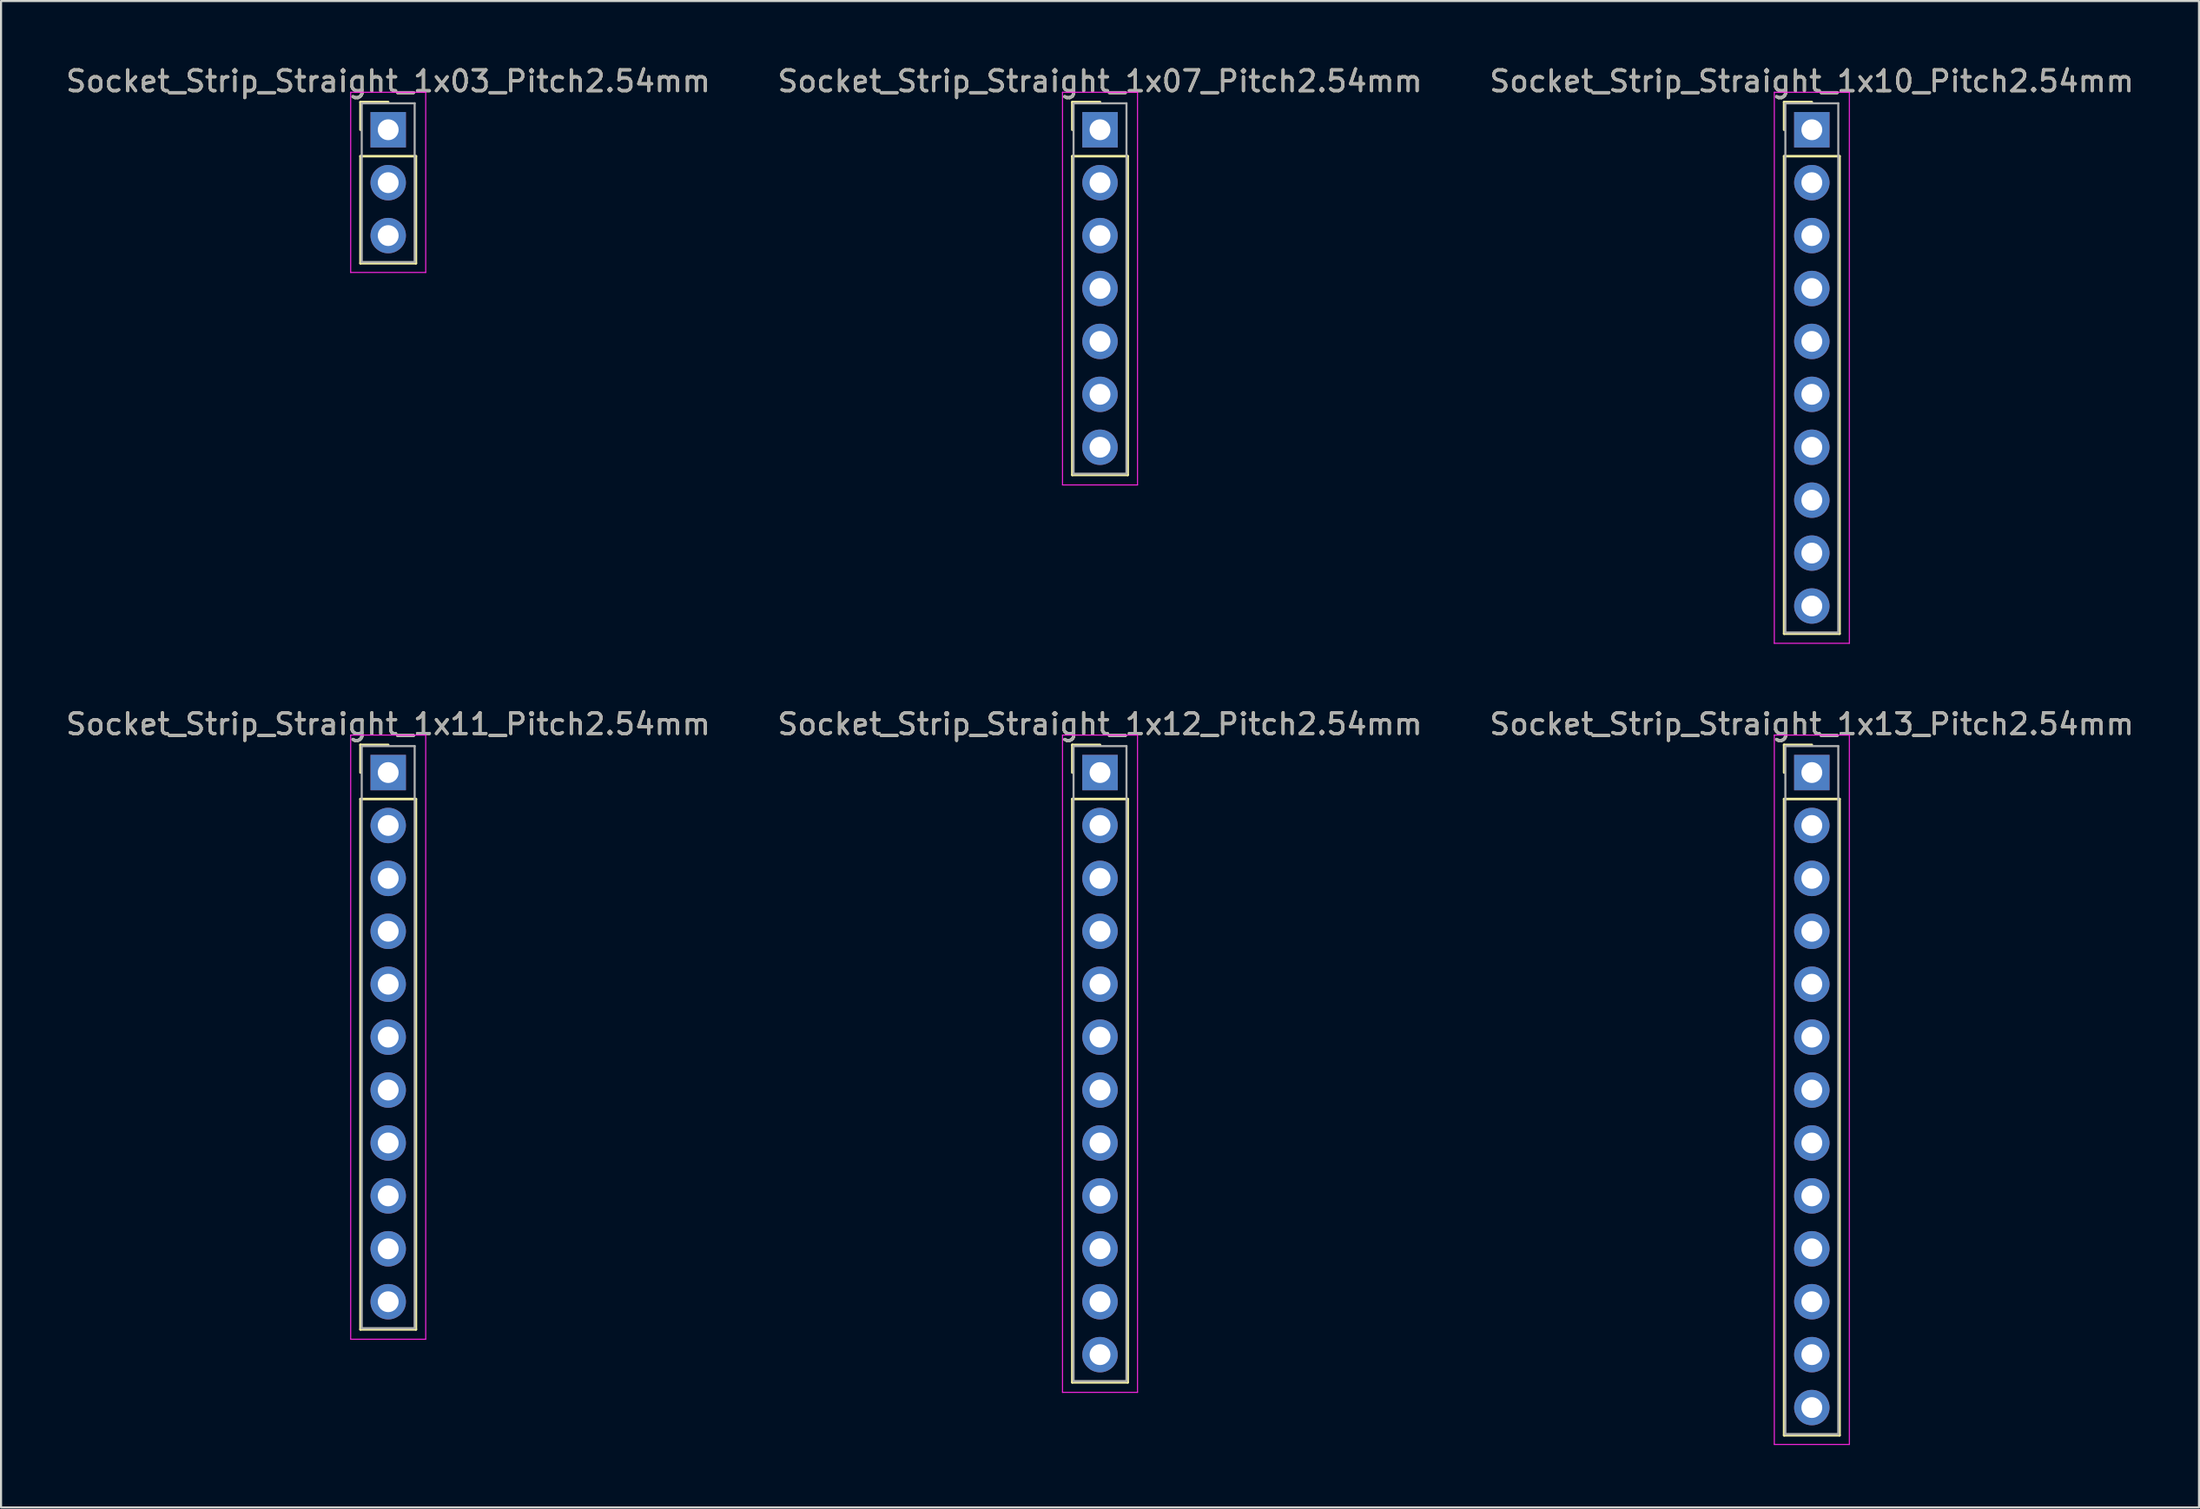
<source format=kicad_pcb>
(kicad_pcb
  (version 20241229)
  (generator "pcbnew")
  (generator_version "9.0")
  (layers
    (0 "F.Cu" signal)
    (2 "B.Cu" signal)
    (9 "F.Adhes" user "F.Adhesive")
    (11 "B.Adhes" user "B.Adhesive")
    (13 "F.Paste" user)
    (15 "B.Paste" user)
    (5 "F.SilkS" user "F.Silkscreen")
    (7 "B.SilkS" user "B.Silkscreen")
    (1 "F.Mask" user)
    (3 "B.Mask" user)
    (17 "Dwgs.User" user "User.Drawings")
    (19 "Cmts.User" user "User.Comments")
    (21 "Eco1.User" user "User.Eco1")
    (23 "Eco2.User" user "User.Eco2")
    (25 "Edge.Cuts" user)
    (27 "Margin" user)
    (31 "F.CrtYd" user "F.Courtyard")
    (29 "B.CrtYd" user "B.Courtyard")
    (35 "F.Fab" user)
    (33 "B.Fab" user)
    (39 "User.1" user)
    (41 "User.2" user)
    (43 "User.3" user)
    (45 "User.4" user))
  (footprint "Socket_Strip_Straight_1x13_Pitch2.54mm"
    (layer "F.Cu")
    (at 83.887 34.032)
    (property "Reference" "Socket_Strip_Straight_1x13_Pitch2.54mm" (at 0 -2.33 0) (layer "F.SilkS") (effects (font (size 1 1) (thickness 0.15))))
    (attr through_hole)
    (fp_line (start -1.33 -1.33) (end 0 -1.33) (stroke (width 0.12) (type solid)) (layer "F.SilkS"))
    (fp_line (start -1.33 0) (end -1.33 -1.33) (stroke (width 0.12) (type solid)) (layer "F.SilkS"))
    (fp_line (start -1.33 1.27) (end -1.33 31.81) (stroke (width 0.12) (type solid)) (layer "F.SilkS"))
    (fp_line (start -1.33 31.81) (end 1.33 31.81) (stroke (width 0.12) (type solid)) (layer "F.SilkS"))
    (fp_line (start 1.33 1.27) (end -1.33 1.27) (stroke (width 0.12) (type solid)) (layer "F.SilkS"))
    (fp_line (start 1.33 31.81) (end 1.33 1.27) (stroke (width 0.12) (type solid)) (layer "F.SilkS"))
    (fp_line (start -1.8 -1.8) (end -1.8 32.25) (stroke (width 0.05) (type solid)) (layer "F.CrtYd"))
    (fp_line (start -1.8 32.25) (end 1.8 32.25) (stroke (width 0.05) (type solid)) (layer "F.CrtYd"))
    (fp_line (start 1.8 -1.8) (end -1.8 -1.8) (stroke (width 0.05) (type solid)) (layer "F.CrtYd"))
    (fp_line (start 1.8 32.25) (end 1.8 -1.8) (stroke (width 0.05) (type solid)) (layer "F.CrtYd"))
    (fp_line (start -1.27 -1.27) (end -1.27 31.75) (stroke (width 0.1) (type solid)) (layer "F.Fab"))
    (fp_line (start -1.27 31.75) (end 1.27 31.75) (stroke (width 0.1) (type solid)) (layer "F.Fab"))
    (fp_line (start 1.27 -1.27) (end -1.27 -1.27) (stroke (width 0.1) (type solid)) (layer "F.Fab"))
    (fp_line (start 1.27 31.75) (end 1.27 -1.27) (stroke (width 0.1) (type solid)) (layer "F.Fab"))
    (fp_text user "${REFERENCE}" (at 0 -2.33 0) (layer "F.Fab") (effects (font (size 1 1) (thickness 0.15))))
    (pad "1" thru_hole rect (at 0 0) (size 1.7 1.7) (drill 1) (layers "*.Cu" "*.Mask"))
    (pad "2" thru_hole oval (at 0 2.54) (size 1.7 1.7) (drill 1) (layers "*.Cu" "*.Mask"))
    (pad "3" thru_hole oval (at 0 5.08) (size 1.7 1.7) (drill 1) (layers "*.Cu" "*.Mask"))
    (pad "4" thru_hole oval (at 0 7.62) (size 1.7 1.7) (drill 1) (layers "*.Cu" "*.Mask"))
    (pad "5" thru_hole oval (at 0 10.16) (size 1.7 1.7) (drill 1) (layers "*.Cu" "*.Mask"))
    (pad "6" thru_hole oval (at 0 12.7) (size 1.7 1.7) (drill 1) (layers "*.Cu" "*.Mask"))
    (pad "7" thru_hole oval (at 0 15.24) (size 1.7 1.7) (drill 1) (layers "*.Cu" "*.Mask"))
    (pad "8" thru_hole oval (at 0 17.78) (size 1.7 1.7) (drill 1) (layers "*.Cu" "*.Mask"))
    (pad "9" thru_hole oval (at 0 20.32) (size 1.7 1.7) (drill 1) (layers "*.Cu" "*.Mask"))
    (pad "10" thru_hole oval (at 0 22.86) (size 1.7 1.7) (drill 1) (layers "*.Cu" "*.Mask"))
    (pad "11" thru_hole oval (at 0 25.4) (size 1.7 1.7) (drill 1) (layers "*.Cu" "*.Mask"))
    (pad "12" thru_hole oval (at 0 27.94) (size 1.7 1.7) (drill 1) (layers "*.Cu" "*.Mask"))
    (pad "13" thru_hole oval (at 0 30.48) (size 1.7 1.7) (drill 1) (layers "*.Cu" "*.Mask")))
  (footprint "Socket_Strip_Straight_1x12_Pitch2.54mm"
    (layer "F.Cu")
    (at 49.732 34.032)
    (property "Reference" "Socket_Strip_Straight_1x12_Pitch2.54mm" (at 0 -2.33 0) (layer "F.SilkS") (effects (font (size 1 1) (thickness 0.15))))
    (attr through_hole)
    (fp_line (start -1.33 -1.33) (end 0 -1.33) (stroke (width 0.12) (type solid)) (layer "F.SilkS"))
    (fp_line (start -1.33 0) (end -1.33 -1.33) (stroke (width 0.12) (type solid)) (layer "F.SilkS"))
    (fp_line (start -1.33 1.27) (end -1.33 29.27) (stroke (width 0.12) (type solid)) (layer "F.SilkS"))
    (fp_line (start -1.33 29.27) (end 1.33 29.27) (stroke (width 0.12) (type solid)) (layer "F.SilkS"))
    (fp_line (start 1.33 1.27) (end -1.33 1.27) (stroke (width 0.12) (type solid)) (layer "F.SilkS"))
    (fp_line (start 1.33 29.27) (end 1.33 1.27) (stroke (width 0.12) (type solid)) (layer "F.SilkS"))
    (fp_line (start -1.8 -1.8) (end -1.8 29.75) (stroke (width 0.05) (type solid)) (layer "F.CrtYd"))
    (fp_line (start -1.8 29.75) (end 1.8 29.75) (stroke (width 0.05) (type solid)) (layer "F.CrtYd"))
    (fp_line (start 1.8 -1.8) (end -1.8 -1.8) (stroke (width 0.05) (type solid)) (layer "F.CrtYd"))
    (fp_line (start 1.8 29.75) (end 1.8 -1.8) (stroke (width 0.05) (type solid)) (layer "F.CrtYd"))
    (fp_line (start -1.27 -1.27) (end -1.27 29.21) (stroke (width 0.1) (type solid)) (layer "F.Fab"))
    (fp_line (start -1.27 29.21) (end 1.27 29.21) (stroke (width 0.1) (type solid)) (layer "F.Fab"))
    (fp_line (start 1.27 -1.27) (end -1.27 -1.27) (stroke (width 0.1) (type solid)) (layer "F.Fab"))
    (fp_line (start 1.27 29.21) (end 1.27 -1.27) (stroke (width 0.1) (type solid)) (layer "F.Fab"))
    (fp_text user "${REFERENCE}" (at 0 -2.33 0) (layer "F.Fab") (effects (font (size 1 1) (thickness 0.15))))
    (pad "1" thru_hole rect (at 0 0) (size 1.7 1.7) (drill 1) (layers "*.Cu" "*.Mask"))
    (pad "2" thru_hole oval (at 0 2.54) (size 1.7 1.7) (drill 1) (layers "*.Cu" "*.Mask"))
    (pad "3" thru_hole oval (at 0 5.08) (size 1.7 1.7) (drill 1) (layers "*.Cu" "*.Mask"))
    (pad "4" thru_hole oval (at 0 7.62) (size 1.7 1.7) (drill 1) (layers "*.Cu" "*.Mask"))
    (pad "5" thru_hole oval (at 0 10.16) (size 1.7 1.7) (drill 1) (layers "*.Cu" "*.Mask"))
    (pad "6" thru_hole oval (at 0 12.7) (size 1.7 1.7) (drill 1) (layers "*.Cu" "*.Mask"))
    (pad "7" thru_hole oval (at 0 15.24) (size 1.7 1.7) (drill 1) (layers "*.Cu" "*.Mask"))
    (pad "8" thru_hole oval (at 0 17.78) (size 1.7 1.7) (drill 1) (layers "*.Cu" "*.Mask"))
    (pad "9" thru_hole oval (at 0 20.32) (size 1.7 1.7) (drill 1) (layers "*.Cu" "*.Mask"))
    (pad "10" thru_hole oval (at 0 22.86) (size 1.7 1.7) (drill 1) (layers "*.Cu" "*.Mask"))
    (pad "11" thru_hole oval (at 0 25.4) (size 1.7 1.7) (drill 1) (layers "*.Cu" "*.Mask"))
    (pad "12" thru_hole oval (at 0 27.94) (size 1.7 1.7) (drill 1) (layers "*.Cu" "*.Mask")))
  (footprint "Socket_Strip_Straight_1x07_Pitch2.54mm"
    (layer "F.Cu")
    (at 49.732 3.178)
    (property "Reference" "Socket_Strip_Straight_1x07_Pitch2.54mm" (at 0 -2.33 0) (layer "F.SilkS") (effects (font (size 1 1) (thickness 0.15))))
    (attr through_hole)
    (fp_line (start -1.33 -1.33) (end 0 -1.33) (stroke (width 0.12) (type solid)) (layer "F.SilkS"))
    (fp_line (start -1.33 0) (end -1.33 -1.33) (stroke (width 0.12) (type solid)) (layer "F.SilkS"))
    (fp_line (start -1.33 1.27) (end -1.33 16.57) (stroke (width 0.12) (type solid)) (layer "F.SilkS"))
    (fp_line (start -1.33 16.57) (end 1.33 16.57) (stroke (width 0.12) (type solid)) (layer "F.SilkS"))
    (fp_line (start 1.33 1.27) (end -1.33 1.27) (stroke (width 0.12) (type solid)) (layer "F.SilkS"))
    (fp_line (start 1.33 16.57) (end 1.33 1.27) (stroke (width 0.12) (type solid)) (layer "F.SilkS"))
    (fp_line (start -1.8 -1.8) (end -1.8 17.05) (stroke (width 0.05) (type solid)) (layer "F.CrtYd"))
    (fp_line (start -1.8 17.05) (end 1.8 17.05) (stroke (width 0.05) (type solid)) (layer "F.CrtYd"))
    (fp_line (start 1.8 -1.8) (end -1.8 -1.8) (stroke (width 0.05) (type solid)) (layer "F.CrtYd"))
    (fp_line (start 1.8 17.05) (end 1.8 -1.8) (stroke (width 0.05) (type solid)) (layer "F.CrtYd"))
    (fp_line (start -1.27 -1.27) (end -1.27 16.51) (stroke (width 0.1) (type solid)) (layer "F.Fab"))
    (fp_line (start -1.27 16.51) (end 1.27 16.51) (stroke (width 0.1) (type solid)) (layer "F.Fab"))
    (fp_line (start 1.27 -1.27) (end -1.27 -1.27) (stroke (width 0.1) (type solid)) (layer "F.Fab"))
    (fp_line (start 1.27 16.51) (end 1.27 -1.27) (stroke (width 0.1) (type solid)) (layer "F.Fab"))
    (fp_text user "${REFERENCE}" (at 0 -2.33 0) (layer "F.Fab") (effects (font (size 1 1) (thickness 0.15))))
    (pad "1" thru_hole rect (at 0 0) (size 1.7 1.7) (drill 1) (layers "*.Cu" "*.Mask"))
    (pad "2" thru_hole oval (at 0 2.54) (size 1.7 1.7) (drill 1) (layers "*.Cu" "*.Mask"))
    (pad "3" thru_hole oval (at 0 5.08) (size 1.7 1.7) (drill 1) (layers "*.Cu" "*.Mask"))
    (pad "4" thru_hole oval (at 0 7.62) (size 1.7 1.7) (drill 1) (layers "*.Cu" "*.Mask"))
    (pad "5" thru_hole oval (at 0 10.16) (size 1.7 1.7) (drill 1) (layers "*.Cu" "*.Mask"))
    (pad "6" thru_hole oval (at 0 12.7) (size 1.7 1.7) (drill 1) (layers "*.Cu" "*.Mask"))
    (pad "7" thru_hole oval (at 0 15.24) (size 1.7 1.7) (drill 1) (layers "*.Cu" "*.Mask")))
  (footprint "Socket_Strip_Straight_1x11_Pitch2.54mm"
    (layer "F.Cu")
    (at 15.577 34.032)
    (property "Reference" "Socket_Strip_Straight_1x11_Pitch2.54mm" (at 0 -2.33 0) (layer "F.SilkS") (effects (font (size 1 1) (thickness 0.15))))
    (attr through_hole)
    (fp_line (start -1.33 -1.33) (end 0 -1.33) (stroke (width 0.12) (type solid)) (layer "F.SilkS"))
    (fp_line (start -1.33 0) (end -1.33 -1.33) (stroke (width 0.12) (type solid)) (layer "F.SilkS"))
    (fp_line (start -1.33 1.27) (end -1.33 26.73) (stroke (width 0.12) (type solid)) (layer "F.SilkS"))
    (fp_line (start -1.33 26.73) (end 1.33 26.73) (stroke (width 0.12) (type solid)) (layer "F.SilkS"))
    (fp_line (start 1.33 1.27) (end -1.33 1.27) (stroke (width 0.12) (type solid)) (layer "F.SilkS"))
    (fp_line (start 1.33 26.73) (end 1.33 1.27) (stroke (width 0.12) (type solid)) (layer "F.SilkS"))
    (fp_line (start -1.8 -1.8) (end -1.8 27.2) (stroke (width 0.05) (type solid)) (layer "F.CrtYd"))
    (fp_line (start -1.8 27.2) (end 1.8 27.2) (stroke (width 0.05) (type solid)) (layer "F.CrtYd"))
    (fp_line (start 1.8 -1.8) (end -1.8 -1.8) (stroke (width 0.05) (type solid)) (layer "F.CrtYd"))
    (fp_line (start 1.8 27.2) (end 1.8 -1.8) (stroke (width 0.05) (type solid)) (layer "F.CrtYd"))
    (fp_line (start -1.27 -1.27) (end -1.27 26.67) (stroke (width 0.1) (type solid)) (layer "F.Fab"))
    (fp_line (start -1.27 26.67) (end 1.27 26.67) (stroke (width 0.1) (type solid)) (layer "F.Fab"))
    (fp_line (start 1.27 -1.27) (end -1.27 -1.27) (stroke (width 0.1) (type solid)) (layer "F.Fab"))
    (fp_line (start 1.27 26.67) (end 1.27 -1.27) (stroke (width 0.1) (type solid)) (layer "F.Fab"))
    (fp_text user "${REFERENCE}" (at 0 -2.33 0) (layer "F.Fab") (effects (font (size 1 1) (thickness 0.15))))
    (pad "1" thru_hole rect (at 0 0) (size 1.7 1.7) (drill 1) (layers "*.Cu" "*.Mask"))
    (pad "2" thru_hole oval (at 0 2.54) (size 1.7 1.7) (drill 1) (layers "*.Cu" "*.Mask"))
    (pad "3" thru_hole oval (at 0 5.08) (size 1.7 1.7) (drill 1) (layers "*.Cu" "*.Mask"))
    (pad "4" thru_hole oval (at 0 7.62) (size 1.7 1.7) (drill 1) (layers "*.Cu" "*.Mask"))
    (pad "5" thru_hole oval (at 0 10.16) (size 1.7 1.7) (drill 1) (layers "*.Cu" "*.Mask"))
    (pad "6" thru_hole oval (at 0 12.7) (size 1.7 1.7) (drill 1) (layers "*.Cu" "*.Mask"))
    (pad "7" thru_hole oval (at 0 15.24) (size 1.7 1.7) (drill 1) (layers "*.Cu" "*.Mask"))
    (pad "8" thru_hole oval (at 0 17.78) (size 1.7 1.7) (drill 1) (layers "*.Cu" "*.Mask"))
    (pad "9" thru_hole oval (at 0 20.32) (size 1.7 1.7) (drill 1) (layers "*.Cu" "*.Mask"))
    (pad "10" thru_hole oval (at 0 22.86) (size 1.7 1.7) (drill 1) (layers "*.Cu" "*.Mask"))
    (pad "11" thru_hole oval (at 0 25.4) (size 1.7 1.7) (drill 1) (layers "*.Cu" "*.Mask")))
  (footprint "Socket_Strip_Straight_1x03_Pitch2.54mm"
    (layer "F.Cu")
    (at 15.577 3.178)
    (property "Reference" "Socket_Strip_Straight_1x03_Pitch2.54mm" (at 0 -2.33 0) (layer "F.SilkS") (effects (font (size 1 1) (thickness 0.15))))
    (attr through_hole)
    (fp_line (start -1.33 -1.33) (end 0 -1.33) (stroke (width 0.12) (type solid)) (layer "F.SilkS"))
    (fp_line (start -1.33 0) (end -1.33 -1.33) (stroke (width 0.12) (type solid)) (layer "F.SilkS"))
    (fp_line (start -1.33 1.27) (end -1.33 6.41) (stroke (width 0.12) (type solid)) (layer "F.SilkS"))
    (fp_line (start -1.33 6.41) (end 1.33 6.41) (stroke (width 0.12) (type solid)) (layer "F.SilkS"))
    (fp_line (start 1.33 1.27) (end -1.33 1.27) (stroke (width 0.12) (type solid)) (layer "F.SilkS"))
    (fp_line (start 1.33 6.41) (end 1.33 1.27) (stroke (width 0.12) (type solid)) (layer "F.SilkS"))
    (fp_line (start -1.8 -1.8) (end -1.8 6.85) (stroke (width 0.05) (type solid)) (layer "F.CrtYd"))
    (fp_line (start -1.8 6.85) (end 1.8 6.85) (stroke (width 0.05) (type solid)) (layer "F.CrtYd"))
    (fp_line (start 1.8 -1.8) (end -1.8 -1.8) (stroke (width 0.05) (type solid)) (layer "F.CrtYd"))
    (fp_line (start 1.8 6.85) (end 1.8 -1.8) (stroke (width 0.05) (type solid)) (layer "F.CrtYd"))
    (fp_line (start -1.27 -1.27) (end -1.27 6.35) (stroke (width 0.1) (type solid)) (layer "F.Fab"))
    (fp_line (start -1.27 6.35) (end 1.27 6.35) (stroke (width 0.1) (type solid)) (layer "F.Fab"))
    (fp_line (start 1.27 -1.27) (end -1.27 -1.27) (stroke (width 0.1) (type solid)) (layer "F.Fab"))
    (fp_line (start 1.27 6.35) (end 1.27 -1.27) (stroke (width 0.1) (type solid)) (layer "F.Fab"))
    (fp_text user "${REFERENCE}" (at 0 -2.33 0) (layer "F.Fab") (effects (font (size 1 1) (thickness 0.15))))
    (pad "1" thru_hole rect (at 0 0) (size 1.7 1.7) (drill 1) (layers "*.Cu" "*.Mask"))
    (pad "2" thru_hole oval (at 0 2.54) (size 1.7 1.7) (drill 1) (layers "*.Cu" "*.Mask"))
    (pad "3" thru_hole oval (at 0 5.08) (size 1.7 1.7) (drill 1) (layers "*.Cu" "*.Mask")))
  (footprint "Socket_Strip_Straight_1x10_Pitch2.54mm"
    (layer "F.Cu")
    (at 83.887 3.178)
    (property "Reference" "Socket_Strip_Straight_1x10_Pitch2.54mm" (at 0 -2.33 0) (layer "F.SilkS") (effects (font (size 1 1) (thickness 0.15))))
    (attr through_hole)
    (fp_line (start -1.33 -1.33) (end 0 -1.33) (stroke (width 0.12) (type solid)) (layer "F.SilkS"))
    (fp_line (start -1.33 0) (end -1.33 -1.33) (stroke (width 0.12) (type solid)) (layer "F.SilkS"))
    (fp_line (start -1.33 1.27) (end -1.33 24.19) (stroke (width 0.12) (type solid)) (layer "F.SilkS"))
    (fp_line (start -1.33 24.19) (end 1.33 24.19) (stroke (width 0.12) (type solid)) (layer "F.SilkS"))
    (fp_line (start 1.33 1.27) (end -1.33 1.27) (stroke (width 0.12) (type solid)) (layer "F.SilkS"))
    (fp_line (start 1.33 24.19) (end 1.33 1.27) (stroke (width 0.12) (type solid)) (layer "F.SilkS"))
    (fp_line (start -1.8 -1.8) (end -1.8 24.65) (stroke (width 0.05) (type solid)) (layer "F.CrtYd"))
    (fp_line (start -1.8 24.65) (end 1.8 24.65) (stroke (width 0.05) (type solid)) (layer "F.CrtYd"))
    (fp_line (start 1.8 -1.8) (end -1.8 -1.8) (stroke (width 0.05) (type solid)) (layer "F.CrtYd"))
    (fp_line (start 1.8 24.65) (end 1.8 -1.8) (stroke (width 0.05) (type solid)) (layer "F.CrtYd"))
    (fp_line (start -1.27 -1.27) (end -1.27 24.13) (stroke (width 0.1) (type solid)) (layer "F.Fab"))
    (fp_line (start -1.27 24.13) (end 1.27 24.13) (stroke (width 0.1) (type solid)) (layer "F.Fab"))
    (fp_line (start 1.27 -1.27) (end -1.27 -1.27) (stroke (width 0.1) (type solid)) (layer "F.Fab"))
    (fp_line (start 1.27 24.13) (end 1.27 -1.27) (stroke (width 0.1) (type solid)) (layer "F.Fab"))
    (fp_text user "${REFERENCE}" (at 0 -2.33 0) (layer "F.Fab") (effects (font (size 1 1) (thickness 0.15))))
    (pad "1" thru_hole rect (at 0 0) (size 1.7 1.7) (drill 1) (layers "*.Cu" "*.Mask"))
    (pad "2" thru_hole oval (at 0 2.54) (size 1.7 1.7) (drill 1) (layers "*.Cu" "*.Mask"))
    (pad "3" thru_hole oval (at 0 5.08) (size 1.7 1.7) (drill 1) (layers "*.Cu" "*.Mask"))
    (pad "4" thru_hole oval (at 0 7.62) (size 1.7 1.7) (drill 1) (layers "*.Cu" "*.Mask"))
    (pad "5" thru_hole oval (at 0 10.16) (size 1.7 1.7) (drill 1) (layers "*.Cu" "*.Mask"))
    (pad "6" thru_hole oval (at 0 12.7) (size 1.7 1.7) (drill 1) (layers "*.Cu" "*.Mask"))
    (pad "7" thru_hole oval (at 0 15.24) (size 1.7 1.7) (drill 1) (layers "*.Cu" "*.Mask"))
    (pad "8" thru_hole oval (at 0 17.78) (size 1.7 1.7) (drill 1) (layers "*.Cu" "*.Mask"))
    (pad "9" thru_hole oval (at 0 20.32) (size 1.7 1.7) (drill 1) (layers "*.Cu" "*.Mask"))
    (pad "10" thru_hole oval (at 0 22.86) (size 1.7 1.7) (drill 1) (layers "*.Cu" "*.Mask")))
  (gr_rect
    (start -3 -3)
    (end 102.464 69.306)
    (stroke (width 0.1) (type default))
    (fill no)
    (layer "Edge.Cuts")))
</source>
